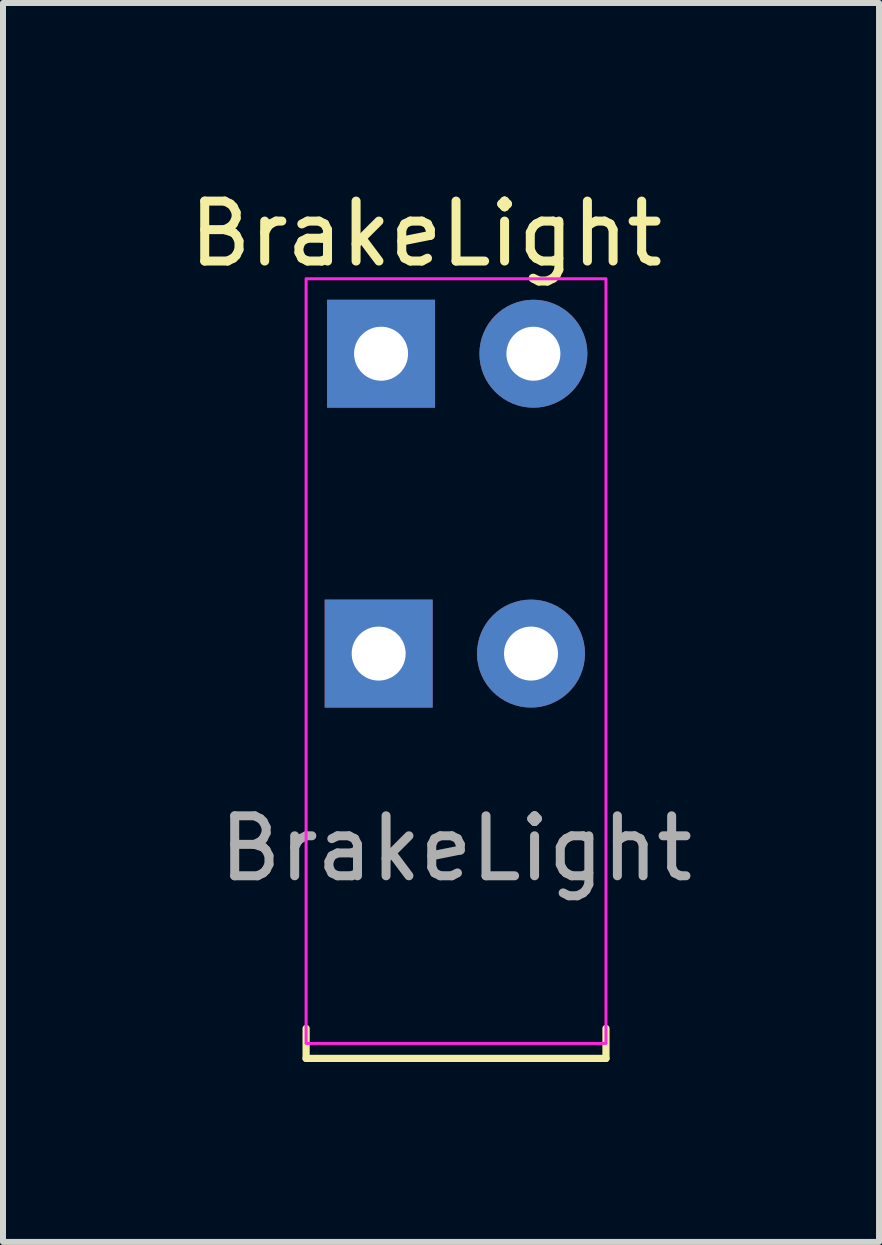
<source format=kicad_pcb>
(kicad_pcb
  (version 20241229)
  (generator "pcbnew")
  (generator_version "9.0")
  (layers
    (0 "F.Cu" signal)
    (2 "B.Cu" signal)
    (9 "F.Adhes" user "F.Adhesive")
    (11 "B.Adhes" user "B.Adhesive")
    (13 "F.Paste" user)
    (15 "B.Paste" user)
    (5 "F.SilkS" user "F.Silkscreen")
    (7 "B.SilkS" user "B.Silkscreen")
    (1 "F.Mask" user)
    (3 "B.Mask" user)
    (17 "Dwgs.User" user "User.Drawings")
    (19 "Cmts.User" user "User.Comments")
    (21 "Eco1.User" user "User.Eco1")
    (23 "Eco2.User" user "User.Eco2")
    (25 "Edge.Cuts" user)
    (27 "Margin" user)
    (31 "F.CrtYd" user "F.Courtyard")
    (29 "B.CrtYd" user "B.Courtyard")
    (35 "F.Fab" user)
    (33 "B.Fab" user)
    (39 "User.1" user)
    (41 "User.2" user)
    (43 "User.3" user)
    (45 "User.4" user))
  (footprint "BrakeLight"
    (layer "F.Cu")
    (at 4.554 7.848)
    (property "Reference" "BrakeLight" (at -0.5 -7 0) (unlocked yes) (layer "F.SilkS") (effects (font (size 1 1) (thickness 0.15))))
    (attr through_hole)
    (fp_line (start -2.5 6.75) (end -2.5 6.25) (stroke (width 0.12) (type solid)) (layer "F.SilkS"))
    (fp_line (start -2.5 6.75) (end 2.5 6.75) (stroke (width 0.12) (type solid)) (layer "F.SilkS"))
    (fp_line (start 2.5 6.75) (end 2.5 6.25) (stroke (width 0.12) (type solid)) (layer "F.SilkS"))
    (fp_rect (start 2.5 -6.25) (end -2.5 6.5) (stroke (width 0.05) (type solid)) (fill no) (layer "F.CrtYd"))
    (fp_line (start -1.25 -5) (end -1.25 -5) (stroke (width 0.1) (type solid)) (layer "F.Fab"))
    (fp_line (start 1.29 -5) (end 1.29 -5) (stroke (width 0.1) (type solid)) (layer "F.Fab"))
    (fp_text user "${REFERENCE}" (at 0 3.25 0) (unlocked yes) (layer "F.Fab") (effects (font (size 1 1) (thickness 0.15))))
    (pad "1" thru_hole circle (at 1.29 -5) (size 1.8 1.8) (drill 0.9) (layers "*.Cu" "*.Mask"))
    (pad "2" thru_hole circle (at 1.25 0) (size 1.8 1.8) (drill 0.9) (layers "*.Cu" "*.Mask"))
    (pad "3" thru_hole rect (at -1.29 0) (size 1.8 1.8) (drill 0.9) (layers "*.Cu" "*.Mask"))
    (pad "3" thru_hole rect (at -1.25 -5) (size 1.8 1.8) (drill 0.9) (layers "*.Cu" "*.Mask")))
  (gr_rect
    (start -3 -3)
    (end 11.607 17.658)
    (stroke (width 0.1) (type default))
    (fill no)
    (layer "Edge.Cuts")))
</source>
